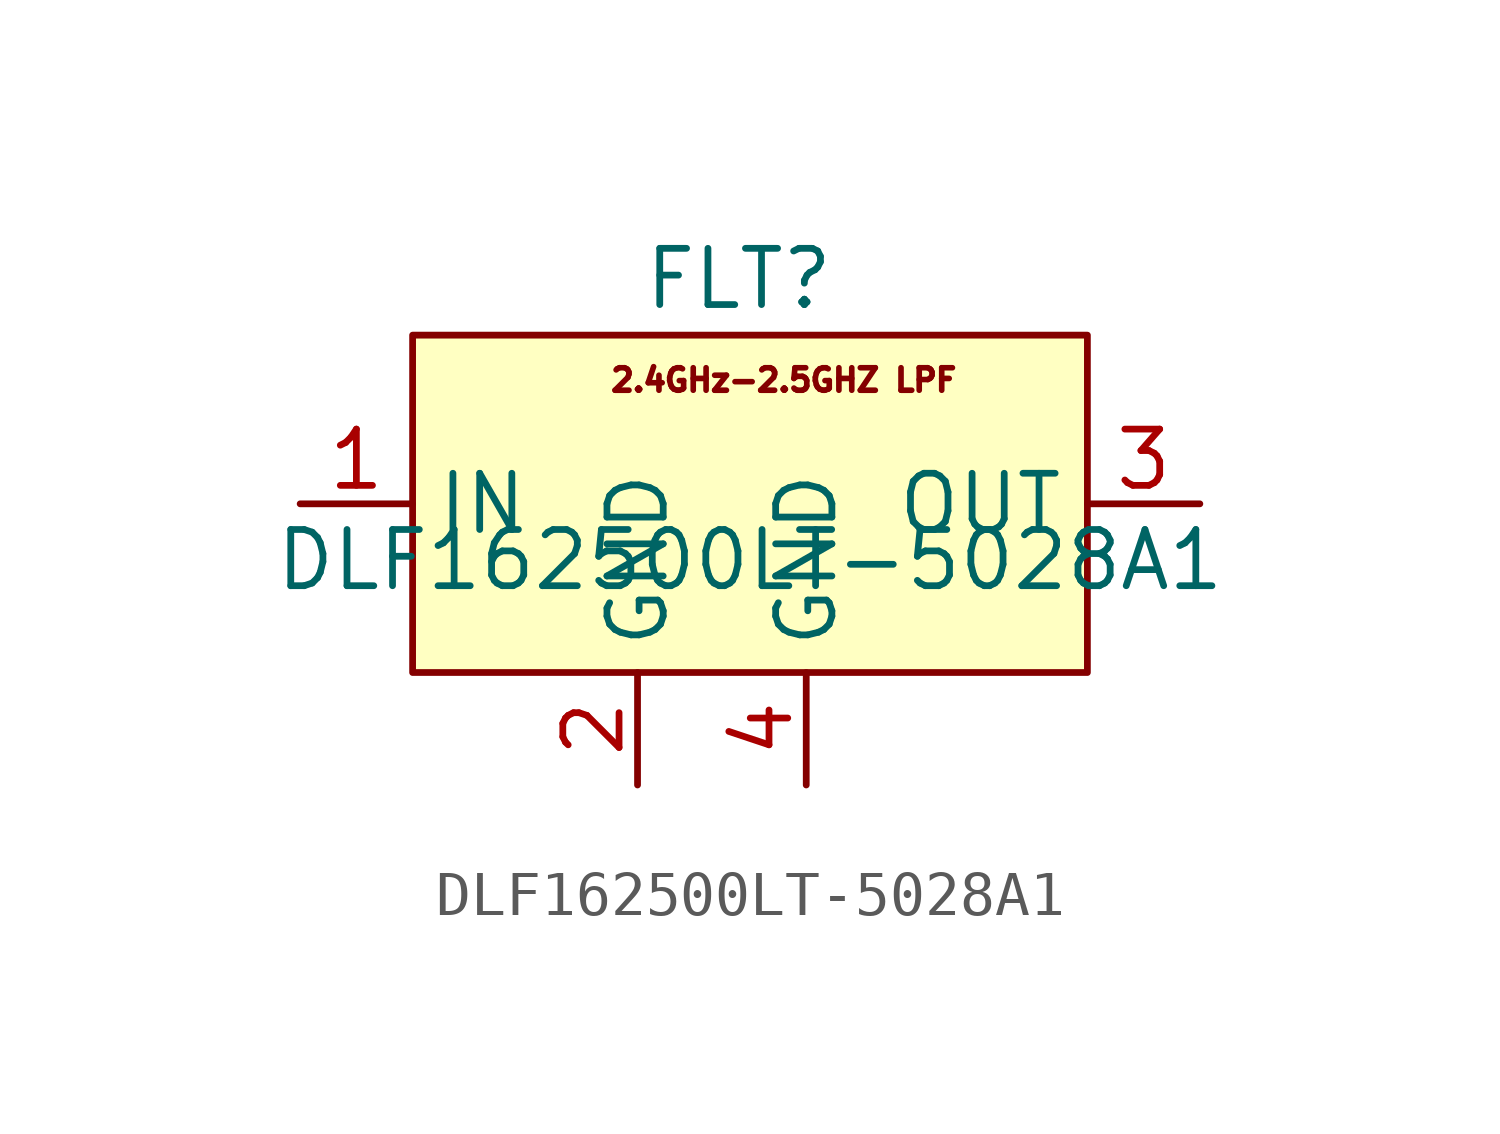
<source format=kicad_sym>
(kicad_symbol_lib
  (version 20241209)
  (generator "kicad_symbol_editor")
  (generator_version "9.0")
  (symbol "DLF162500LT-5028A1"
    (property "Reference" "FLT"
      (at -0.254 6.35 0)
      (effects (font (size 1.27 1.27))))
    (property "Value" "DLF162500LT-5028A1"
      (at 0 0 0)
      (effects (font (size 1.27 1.27))))
    (symbol "DLF162500LT-5028A1_0_0"
      (pin passive line (at -10.16 1.27 0) (length 2.54) (name "IN" (effects (font (size 1.27 1.27)))) (number "1" (effects (font (size 1.27 1.27)))))
      (pin passive line (at -2.54 -5.08 90) (length 2.54) (name "GND" (effects (font (size 1.27 1.27)))) (number "2" (effects (font (size 1.27 1.27)))))
      (pin passive line (at 1.27 -5.08 90) (length 2.54) (name "GND" (effects (font (size 1.27 1.27)))) (number "4" (effects (font (size 1.27 1.27)))))
      (pin passive line (at 10.16 1.27 180) (length 2.54) (name "OUT" (effects (font (size 1.27 1.27)))) (number "3" (effects (font (size 1.27 1.27))))))
    (symbol "DLF162500LT-5028A1_1_1"
      (rectangle (start -7.62 5.08) (end 7.62 -2.54) (stroke (width 0) (type solid)) (fill (type background)))
      (text "2.4GHz-2.5GHZ LPF\n" (at 0.762 4.064 0) (effects (font (size 0.508 0.508)))))))
</source>
